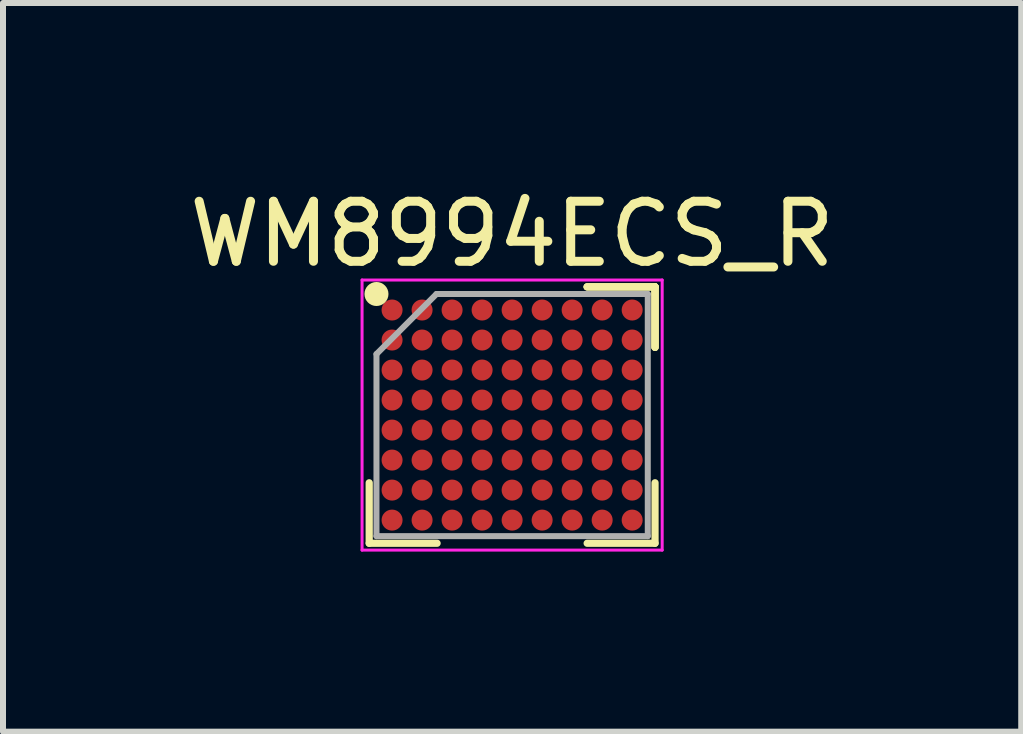
<source format=kicad_pcb>
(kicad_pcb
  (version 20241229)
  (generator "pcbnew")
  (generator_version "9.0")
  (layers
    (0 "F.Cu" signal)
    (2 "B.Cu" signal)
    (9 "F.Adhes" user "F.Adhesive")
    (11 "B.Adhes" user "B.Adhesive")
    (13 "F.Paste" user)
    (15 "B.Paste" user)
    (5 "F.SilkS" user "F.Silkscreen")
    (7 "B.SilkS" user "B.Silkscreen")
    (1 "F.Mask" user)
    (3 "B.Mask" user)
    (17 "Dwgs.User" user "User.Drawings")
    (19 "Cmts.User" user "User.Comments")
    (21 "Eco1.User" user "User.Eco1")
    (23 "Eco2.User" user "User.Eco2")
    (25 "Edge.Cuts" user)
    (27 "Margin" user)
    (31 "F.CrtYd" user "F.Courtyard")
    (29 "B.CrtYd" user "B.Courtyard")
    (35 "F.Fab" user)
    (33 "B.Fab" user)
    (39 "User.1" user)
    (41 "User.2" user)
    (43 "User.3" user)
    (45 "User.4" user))
  (footprint "WM8994ECS_R"
    (layer "F.Cu")
    (at 5.482 3.865)
    (property "Reference" "WM8994ECS_R" (at 0 -3.017 0) (layer "F.SilkS") (effects (font (size 1 1) (thickness 0.15))))
    (attr smd)
    (fp_line (start -2.381 2.136) (end -2.381 1.128) (stroke (width 0.12) (type solid)) (layer "F.SilkS"))
    (fp_line (start -1.25 2.136) (end -2.381 2.136) (stroke (width 0.12) (type solid)) (layer "F.SilkS"))
    (fp_line (start 1.25 -2.136) (end 2.381 -2.136) (stroke (width 0.12) (type solid)) (layer "F.SilkS"))
    (fp_line (start 1.25 -2.136) (end 2.381 -2.136) (stroke (width 0.12) (type solid)) (layer "F.SilkS"))
    (fp_line (start 1.25 -2.136) (end 2.381 -2.136) (stroke (width 0.12) (type solid)) (layer "F.SilkS"))
    (fp_line (start 1.25 2.136) (end 2.381 2.136) (stroke (width 0.12) (type solid)) (layer "F.SilkS"))
    (fp_line (start 2.381 -2.136) (end 2.381 -1.128) (stroke (width 0.12) (type solid)) (layer "F.SilkS"))
    (fp_line (start 2.381 -2.136) (end 2.381 -1.128) (stroke (width 0.12) (type solid)) (layer "F.SilkS"))
    (fp_line (start 2.381 -2.136) (end 2.381 -1.128) (stroke (width 0.12) (type solid)) (layer "F.SilkS"))
    (fp_line (start 2.381 2.136) (end 2.381 1.128) (stroke (width 0.12) (type solid)) (layer "F.SilkS"))
    (fp_circle (center -2.26 -2.017) (end -2.26 -1.917) (stroke (width 0.2) (type solid)) (fill no) (layer "F.SilkS"))
    (fp_line (start -2.5 -2.25) (end 2.5 -2.25) (stroke (width 0.05) (type solid)) (layer "F.CrtYd"))
    (fp_line (start -2.5 2.25) (end -2.5 -2.25) (stroke (width 0.05) (type solid)) (layer "F.CrtYd"))
    (fp_line (start 2.5 -2.25) (end 2.5 2.25) (stroke (width 0.05) (type solid)) (layer "F.CrtYd"))
    (fp_line (start 2.5 2.25) (end -2.5 2.25) (stroke (width 0.05) (type solid)) (layer "F.CrtYd"))
    (fp_line (start -2.26 -1.016) (end -2.26 2.017) (stroke (width 0.1) (type solid)) (layer "F.Fab"))
    (fp_line (start -2.26 2.017) (end 2.26 2.017) (stroke (width 0.1) (type solid)) (layer "F.Fab"))
    (fp_line (start -1.26 -2.017) (end -2.26 -1.016) (stroke (width 0.1) (type solid)) (layer "F.Fab"))
    (fp_line (start 2.26 -2.017) (end -1.26 -2.017) (stroke (width 0.1) (type solid)) (layer "F.Fab"))
    (fp_line (start 2.26 2.017) (end 2.26 -2.017) (stroke (width 0.1) (type solid)) (layer "F.Fab"))
    (pad "A1" smd circle (at -2 -1.75) (size 0.35 0.35) (layers "F.Cu" "F.Mask" "F.Paste"))
    (pad "A2" smd circle (at -1.5 -1.75) (size 0.35 0.35) (layers "F.Cu" "F.Mask" "F.Paste"))
    (pad "A3" smd circle (at -1 -1.75) (size 0.35 0.35) (layers "F.Cu" "F.Mask" "F.Paste"))
    (pad "A4" smd circle (at -0.5 -1.75) (size 0.35 0.35) (layers "F.Cu" "F.Mask" "F.Paste"))
    (pad "A5" smd circle (at 0 -1.75) (size 0.35 0.35) (layers "F.Cu" "F.Mask" "F.Paste"))
    (pad "A6" smd circle (at 0.5 -1.75) (size 0.35 0.35) (layers "F.Cu" "F.Mask" "F.Paste"))
    (pad "A7" smd circle (at 1 -1.75) (size 0.35 0.35) (layers "F.Cu" "F.Mask" "F.Paste"))
    (pad "A8" smd circle (at 1.5 -1.75) (size 0.35 0.35) (layers "F.Cu" "F.Mask" "F.Paste"))
    (pad "A9" smd circle (at 2 -1.75) (size 0.35 0.35) (layers "F.Cu" "F.Mask" "F.Paste"))
    (pad "B1" smd circle (at -2 -1.25) (size 0.35 0.35) (layers "F.Cu" "F.Mask" "F.Paste"))
    (pad "B2" smd circle (at -1.5 -1.25) (size 0.35 0.35) (layers "F.Cu" "F.Mask" "F.Paste"))
    (pad "B3" smd circle (at -1 -1.25) (size 0.35 0.35) (layers "F.Cu" "F.Mask" "F.Paste"))
    (pad "B4" smd circle (at -0.5 -1.25) (size 0.35 0.35) (layers "F.Cu" "F.Mask" "F.Paste"))
    (pad "B5" smd circle (at 0 -1.25) (size 0.35 0.35) (layers "F.Cu" "F.Mask" "F.Paste"))
    (pad "B6" smd circle (at 0.5 -1.25) (size 0.35 0.35) (layers "F.Cu" "F.Mask" "F.Paste"))
    (pad "B7" smd circle (at 1 -1.25) (size 0.35 0.35) (layers "F.Cu" "F.Mask" "F.Paste"))
    (pad "B8" smd circle (at 1.5 -1.25) (size 0.35 0.35) (layers "F.Cu" "F.Mask" "F.Paste"))
    (pad "B9" smd circle (at 2 -1.25) (size 0.35 0.35) (layers "F.Cu" "F.Mask" "F.Paste"))
    (pad "C1" smd circle (at -2 -0.75) (size 0.35 0.35) (layers "F.Cu" "F.Mask" "F.Paste"))
    (pad "C2" smd circle (at -1.5 -0.75) (size 0.35 0.35) (layers "F.Cu" "F.Mask" "F.Paste"))
    (pad "C3" smd circle (at -1 -0.75) (size 0.35 0.35) (layers "F.Cu" "F.Mask" "F.Paste"))
    (pad "C4" smd circle (at -0.5 -0.75) (size 0.35 0.35) (layers "F.Cu" "F.Mask" "F.Paste"))
    (pad "C5" smd circle (at 0 -0.75) (size 0.35 0.35) (layers "F.Cu" "F.Mask" "F.Paste"))
    (pad "C6" smd circle (at 0.5 -0.75) (size 0.35 0.35) (layers "F.Cu" "F.Mask" "F.Paste"))
    (pad "C7" smd circle (at 1 -0.75) (size 0.35 0.35) (layers "F.Cu" "F.Mask" "F.Paste"))
    (pad "C8" smd circle (at 1.5 -0.75) (size 0.35 0.35) (layers "F.Cu" "F.Mask" "F.Paste"))
    (pad "C9" smd circle (at 2 -0.75) (size 0.35 0.35) (layers "F.Cu" "F.Mask" "F.Paste"))
    (pad "D1" smd circle (at -2 -0.25) (size 0.35 0.35) (layers "F.Cu" "F.Mask" "F.Paste"))
    (pad "D2" smd circle (at -1.5 -0.25) (size 0.35 0.35) (layers "F.Cu" "F.Mask" "F.Paste"))
    (pad "D3" smd circle (at -1 -0.25) (size 0.35 0.35) (layers "F.Cu" "F.Mask" "F.Paste"))
    (pad "D4" smd circle (at -0.5 -0.25) (size 0.35 0.35) (layers "F.Cu" "F.Mask" "F.Paste"))
    (pad "D5" smd circle (at 0 -0.25) (size 0.35 0.35) (layers "F.Cu" "F.Mask" "F.Paste"))
    (pad "D6" smd circle (at 0.5 -0.25) (size 0.35 0.35) (layers "F.Cu" "F.Mask" "F.Paste"))
    (pad "D7" smd circle (at 1 -0.25) (size 0.35 0.35) (layers "F.Cu" "F.Mask" "F.Paste"))
    (pad "D8" smd circle (at 1.5 -0.25) (size 0.35 0.35) (layers "F.Cu" "F.Mask" "F.Paste"))
    (pad "D9" smd circle (at 2 -0.25) (size 0.35 0.35) (layers "F.Cu" "F.Mask" "F.Paste"))
    (pad "E1" smd circle (at -2 0.25) (size 0.35 0.35) (layers "F.Cu" "F.Mask" "F.Paste"))
    (pad "E2" smd circle (at -1.5 0.25) (size 0.35 0.35) (layers "F.Cu" "F.Mask" "F.Paste"))
    (pad "E3" smd circle (at -1 0.25) (size 0.35 0.35) (layers "F.Cu" "F.Mask" "F.Paste"))
    (pad "E4" smd circle (at -0.5 0.25) (size 0.35 0.35) (layers "F.Cu" "F.Mask" "F.Paste"))
    (pad "E5" smd circle (at 0 0.25) (size 0.35 0.35) (layers "F.Cu" "F.Mask" "F.Paste"))
    (pad "E6" smd circle (at 0.5 0.25) (size 0.35 0.35) (layers "F.Cu" "F.Mask" "F.Paste"))
    (pad "E7" smd circle (at 1 0.25) (size 0.35 0.35) (layers "F.Cu" "F.Mask" "F.Paste"))
    (pad "E8" smd circle (at 1.5 0.25) (size 0.35 0.35) (layers "F.Cu" "F.Mask" "F.Paste"))
    (pad "E9" smd circle (at 2 0.25) (size 0.35 0.35) (layers "F.Cu" "F.Mask" "F.Paste"))
    (pad "F1" smd circle (at -2 0.75) (size 0.35 0.35) (layers "F.Cu" "F.Mask" "F.Paste"))
    (pad "F2" smd circle (at -1.5 0.75) (size 0.35 0.35) (layers "F.Cu" "F.Mask" "F.Paste"))
    (pad "F3" smd circle (at -1 0.75) (size 0.35 0.35) (layers "F.Cu" "F.Mask" "F.Paste"))
    (pad "F4" smd circle (at -0.5 0.75) (size 0.35 0.35) (layers "F.Cu" "F.Mask" "F.Paste"))
    (pad "F5" smd circle (at 0 0.75) (size 0.35 0.35) (layers "F.Cu" "F.Mask" "F.Paste"))
    (pad "F6" smd circle (at 0.5 0.75) (size 0.35 0.35) (layers "F.Cu" "F.Mask" "F.Paste"))
    (pad "F7" smd circle (at 1 0.75) (size 0.35 0.35) (layers "F.Cu" "F.Mask" "F.Paste"))
    (pad "F8" smd circle (at 1.5 0.75) (size 0.35 0.35) (layers "F.Cu" "F.Mask" "F.Paste"))
    (pad "F9" smd circle (at 2 0.75) (size 0.35 0.35) (layers "F.Cu" "F.Mask" "F.Paste"))
    (pad "G1" smd circle (at -2 1.25) (size 0.35 0.35) (layers "F.Cu" "F.Mask" "F.Paste"))
    (pad "G2" smd circle (at -1.5 1.25) (size 0.35 0.35) (layers "F.Cu" "F.Mask" "F.Paste"))
    (pad "G3" smd circle (at -1 1.25) (size 0.35 0.35) (layers "F.Cu" "F.Mask" "F.Paste"))
    (pad "G4" smd circle (at -0.5 1.25) (size 0.35 0.35) (layers "F.Cu" "F.Mask" "F.Paste"))
    (pad "G5" smd circle (at 0 1.25) (size 0.35 0.35) (layers "F.Cu" "F.Mask" "F.Paste"))
    (pad "G6" smd circle (at 0.5 1.25) (size 0.35 0.35) (layers "F.Cu" "F.Mask" "F.Paste"))
    (pad "G7" smd circle (at 1 1.25) (size 0.35 0.35) (layers "F.Cu" "F.Mask" "F.Paste"))
    (pad "G8" smd circle (at 1.5 1.25) (size 0.35 0.35) (layers "F.Cu" "F.Mask" "F.Paste"))
    (pad "G9" smd circle (at 2 1.25) (size 0.35 0.35) (layers "F.Cu" "F.Mask" "F.Paste"))
    (pad "H1" smd circle (at -2 1.75) (size 0.35 0.35) (layers "F.Cu" "F.Mask" "F.Paste"))
    (pad "H2" smd circle (at -1.5 1.75) (size 0.35 0.35) (layers "F.Cu" "F.Mask" "F.Paste"))
    (pad "H3" smd circle (at -1 1.75) (size 0.35 0.35) (layers "F.Cu" "F.Mask" "F.Paste"))
    (pad "H4" smd circle (at -0.5 1.75) (size 0.35 0.35) (layers "F.Cu" "F.Mask" "F.Paste"))
    (pad "H5" smd circle (at 0 1.75) (size 0.35 0.35) (layers "F.Cu" "F.Mask" "F.Paste"))
    (pad "H6" smd circle (at 0.5 1.75) (size 0.35 0.35) (layers "F.Cu" "F.Mask" "F.Paste"))
    (pad "H7" smd circle (at 1 1.75) (size 0.35 0.35) (layers "F.Cu" "F.Mask" "F.Paste"))
    (pad "H8" smd circle (at 1.5 1.75) (size 0.35 0.35) (layers "F.Cu" "F.Mask" "F.Paste"))
    (pad "H9" smd circle (at 2 1.75) (size 0.35 0.35) (layers "F.Cu" "F.Mask" "F.Paste")))
  (gr_rect
    (start -3 -3)
    (end 13.964 9.14)
    (stroke (width 0.1) (type default))
    (fill no)
    (layer "Edge.Cuts")))
</source>
